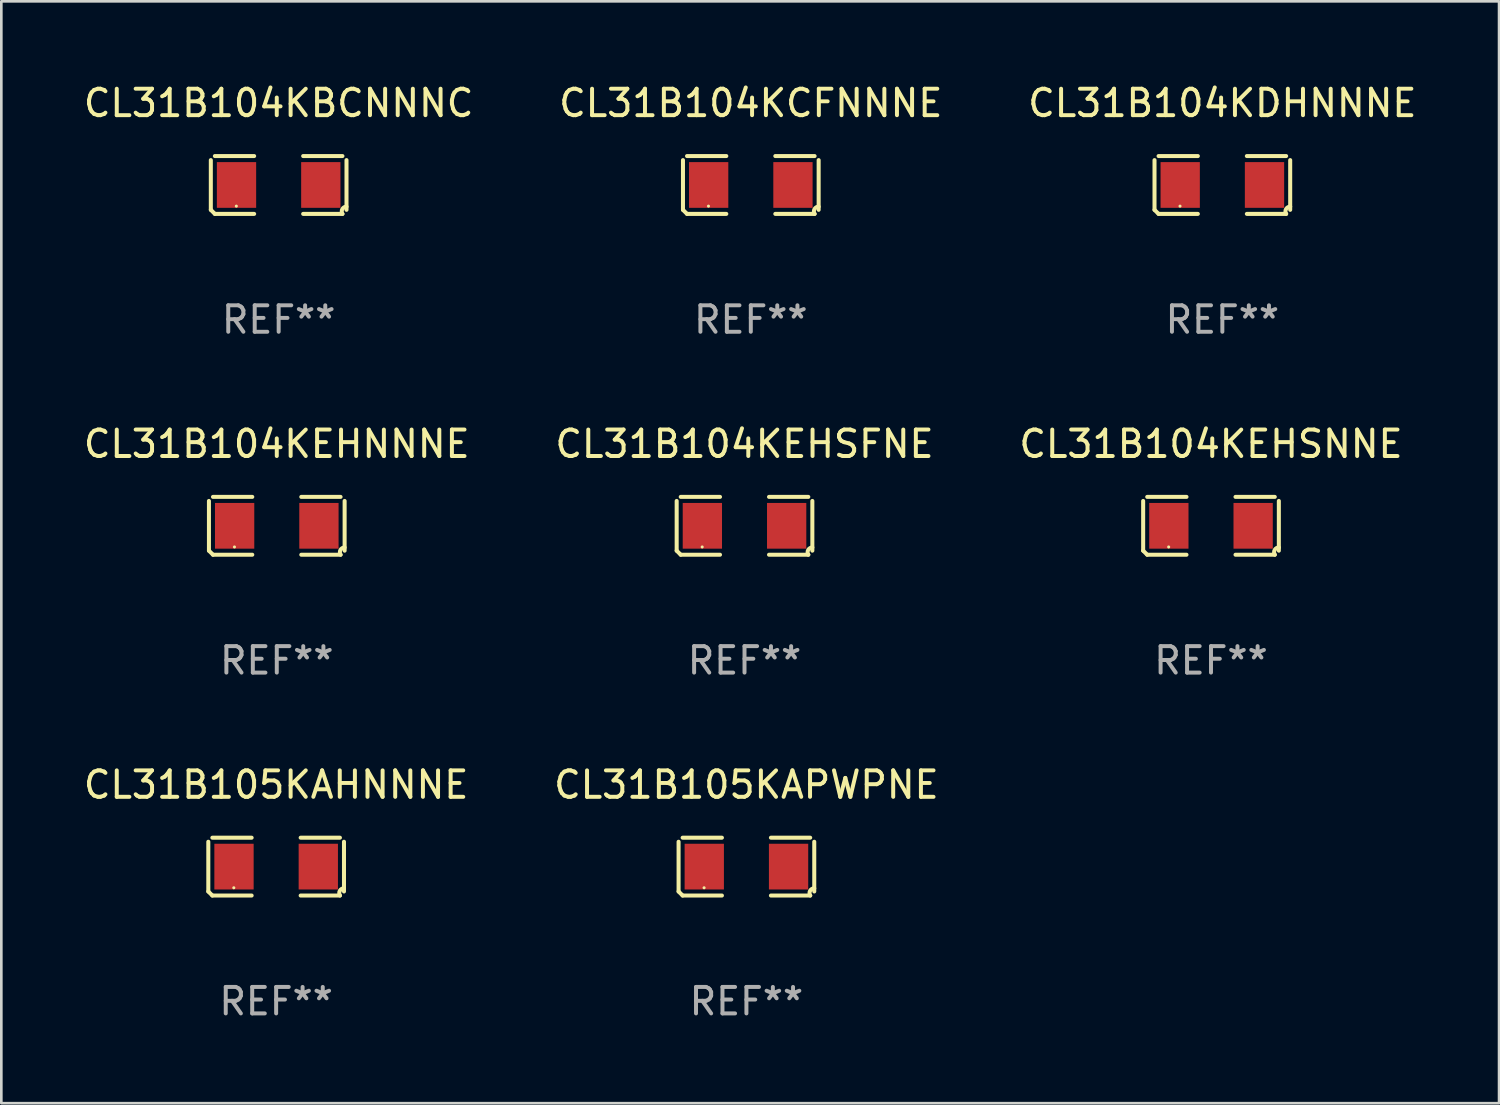
<source format=kicad_pcb>
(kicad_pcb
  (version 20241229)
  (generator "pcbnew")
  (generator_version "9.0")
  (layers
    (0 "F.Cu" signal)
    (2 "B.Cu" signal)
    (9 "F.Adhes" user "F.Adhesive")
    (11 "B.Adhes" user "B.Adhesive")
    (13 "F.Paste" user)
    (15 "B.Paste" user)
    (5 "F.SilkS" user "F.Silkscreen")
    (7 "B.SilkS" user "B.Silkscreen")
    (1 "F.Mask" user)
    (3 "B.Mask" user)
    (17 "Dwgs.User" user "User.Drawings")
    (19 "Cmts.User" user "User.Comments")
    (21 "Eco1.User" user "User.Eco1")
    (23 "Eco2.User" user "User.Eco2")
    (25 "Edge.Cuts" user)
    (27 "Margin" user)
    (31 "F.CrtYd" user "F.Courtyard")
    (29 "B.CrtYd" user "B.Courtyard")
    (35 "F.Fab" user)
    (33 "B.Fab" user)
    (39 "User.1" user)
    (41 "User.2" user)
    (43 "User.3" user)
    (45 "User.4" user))
  (footprint "CL31B104KCFNNNE"
    (layer "F.Cu")
    (at 25.327 3.941)
    (property "Reference" "CL31B104KCFNNNE" (at 0 -3.093 0) (layer "F.SilkS") (effects (font (size 1 1) (thickness 0.15))))
    (attr through_hole)
    (fp_line (start -2.564 0.94) (end -2.564 -0.94) (stroke (width 0.152) (type solid)) (layer "F.SilkS"))
    (fp_line (start -2.411 -1.093) (end -0.926 -1.093) (stroke (width 0.152) (type solid)) (layer "F.SilkS"))
    (fp_line (start -0.926 1.093) (end -2.411 1.093) (stroke (width 0.152) (type solid)) (layer "F.SilkS"))
    (fp_line (start 0.926 1.093) (end 2.411 1.093) (stroke (width 0.152) (type solid)) (layer "F.SilkS"))
    (fp_line (start 2.411 -1.093) (end 0.926 -1.093) (stroke (width 0.152) (type solid)) (layer "F.SilkS"))
    (fp_line (start 2.564 0.94) (end 2.564 -0.94) (stroke (width 0.152) (type solid)) (layer "F.SilkS"))
    (fp_arc (start -2.411201 1.092609) (mid -2.487413 1.01642) (end -2.563602 0.940208) (stroke (width 0.1524) (type solid)) (layer "F.SilkS"))
    (fp_arc (start 2.411201 1.092609) (mid 2.407159 0.911226) (end 2.563602 0.819347) (stroke (width 0.1524) (type solid)) (layer "F.SilkS"))
    (fp_circle (center -1.6 0.8) (end -1.57 0.8) (stroke (width 0.06) (type solid)) (fill no) (layer "F.SilkS"))
    (fp_text user "REF**" (at 0 5.093 0) (layer "F.Fab") (effects (font (size 1 1) (thickness 0.15))))
    (pad "1" smd rect (at -1.593 0) (size 1.485 1.728) (layers "F.Cu" "F.Mask" "F.Paste"))
    (pad "2" smd rect (at 1.593 0) (size 1.485 1.728) (layers "F.Cu" "F.Mask" "F.Paste")))
  (footprint "CL31B104KEHSFNE"
    (layer "F.Cu")
    (at 25.089 16.823)
    (property "Reference" "CL31B104KEHSFNE" (at 0 -3.093 0) (layer "F.SilkS") (effects (font (size 1 1) (thickness 0.15))))
    (attr through_hole)
    (fp_line (start -2.564 0.94) (end -2.564 -0.94) (stroke (width 0.152) (type solid)) (layer "F.SilkS"))
    (fp_line (start -2.411 -1.093) (end -0.926 -1.093) (stroke (width 0.152) (type solid)) (layer "F.SilkS"))
    (fp_line (start -0.926 1.093) (end -2.411 1.093) (stroke (width 0.152) (type solid)) (layer "F.SilkS"))
    (fp_line (start 0.926 1.093) (end 2.411 1.093) (stroke (width 0.152) (type solid)) (layer "F.SilkS"))
    (fp_line (start 2.411 -1.093) (end 0.926 -1.093) (stroke (width 0.152) (type solid)) (layer "F.SilkS"))
    (fp_line (start 2.564 0.94) (end 2.564 -0.94) (stroke (width 0.152) (type solid)) (layer "F.SilkS"))
    (fp_arc (start -2.411201 1.092609) (mid -2.487413 1.01642) (end -2.563602 0.940208) (stroke (width 0.1524) (type solid)) (layer "F.SilkS"))
    (fp_arc (start 2.411201 1.092609) (mid 2.407159 0.911226) (end 2.563602 0.819347) (stroke (width 0.1524) (type solid)) (layer "F.SilkS"))
    (fp_circle (center -1.6 0.8) (end -1.57 0.8) (stroke (width 0.06) (type solid)) (fill no) (layer "F.SilkS"))
    (fp_text user "REF**" (at 0 5.093 0) (layer "F.Fab") (effects (font (size 1 1) (thickness 0.15))))
    (pad "1" smd rect (at -1.593 0) (size 1.485 1.728) (layers "F.Cu" "F.Mask" "F.Paste"))
    (pad "2" smd rect (at 1.593 0) (size 1.485 1.728) (layers "F.Cu" "F.Mask" "F.Paste")))
  (footprint "CL31B104KBCNNNC"
    (layer "F.Cu")
    (at 7.482 3.941)
    (property "Reference" "CL31B104KBCNNNC" (at 0 -3.093 0) (layer "F.SilkS") (effects (font (size 1 1) (thickness 0.15))))
    (attr through_hole)
    (fp_line (start -2.564 0.94) (end -2.564 -0.94) (stroke (width 0.152) (type solid)) (layer "F.SilkS"))
    (fp_line (start -2.411 -1.093) (end -0.926 -1.093) (stroke (width 0.152) (type solid)) (layer "F.SilkS"))
    (fp_line (start -0.926 1.093) (end -2.411 1.093) (stroke (width 0.152) (type solid)) (layer "F.SilkS"))
    (fp_line (start 0.926 1.093) (end 2.411 1.093) (stroke (width 0.152) (type solid)) (layer "F.SilkS"))
    (fp_line (start 2.411 -1.093) (end 0.926 -1.093) (stroke (width 0.152) (type solid)) (layer "F.SilkS"))
    (fp_line (start 2.564 0.94) (end 2.564 -0.94) (stroke (width 0.152) (type solid)) (layer "F.SilkS"))
    (fp_arc (start -2.411201 1.092609) (mid -2.487413 1.01642) (end -2.563602 0.940208) (stroke (width 0.1524) (type solid)) (layer "F.SilkS"))
    (fp_arc (start 2.411201 1.092609) (mid 2.407159 0.911226) (end 2.563602 0.819347) (stroke (width 0.1524) (type solid)) (layer "F.SilkS"))
    (fp_circle (center -1.6 0.8) (end -1.57 0.8) (stroke (width 0.06) (type solid)) (fill no) (layer "F.SilkS"))
    (fp_text user "REF**" (at 0 5.093 0) (layer "F.Fab") (effects (font (size 1 1) (thickness 0.15))))
    (pad "1" smd rect (at -1.593 0) (size 1.485 1.728) (layers "F.Cu" "F.Mask" "F.Paste"))
    (pad "2" smd rect (at 1.593 0) (size 1.485 1.728) (layers "F.Cu" "F.Mask" "F.Paste")))
  (footprint "CL31B104KEHNNNE"
    (layer "F.Cu")
    (at 7.411 16.823)
    (property "Reference" "CL31B104KEHNNNE" (at 0 -3.093 0) (layer "F.SilkS") (effects (font (size 1 1) (thickness 0.15))))
    (attr through_hole)
    (fp_line (start -2.564 0.94) (end -2.564 -0.94) (stroke (width 0.152) (type solid)) (layer "F.SilkS"))
    (fp_line (start -2.411 -1.093) (end -0.926 -1.093) (stroke (width 0.152) (type solid)) (layer "F.SilkS"))
    (fp_line (start -0.926 1.093) (end -2.411 1.093) (stroke (width 0.152) (type solid)) (layer "F.SilkS"))
    (fp_line (start 0.926 1.093) (end 2.411 1.093) (stroke (width 0.152) (type solid)) (layer "F.SilkS"))
    (fp_line (start 2.411 -1.093) (end 0.926 -1.093) (stroke (width 0.152) (type solid)) (layer "F.SilkS"))
    (fp_line (start 2.564 0.94) (end 2.564 -0.94) (stroke (width 0.152) (type solid)) (layer "F.SilkS"))
    (fp_arc (start -2.411201 1.092609) (mid -2.487413 1.01642) (end -2.563602 0.940208) (stroke (width 0.1524) (type solid)) (layer "F.SilkS"))
    (fp_arc (start 2.411201 1.092609) (mid 2.407159 0.911226) (end 2.563602 0.819347) (stroke (width 0.1524) (type solid)) (layer "F.SilkS"))
    (fp_circle (center -1.6 0.8) (end -1.57 0.8) (stroke (width 0.06) (type solid)) (fill no) (layer "F.SilkS"))
    (fp_text user "REF**" (at 0 5.093 0) (layer "F.Fab") (effects (font (size 1 1) (thickness 0.15))))
    (pad "1" smd rect (at -1.593 0) (size 1.485 1.728) (layers "F.Cu" "F.Mask" "F.Paste"))
    (pad "2" smd rect (at 1.593 0) (size 1.485 1.728) (layers "F.Cu" "F.Mask" "F.Paste")))
  (footprint "CL31B105KAHNNNE"
    (layer "F.Cu")
    (at 7.387 29.704)
    (property "Reference" "CL31B105KAHNNNE" (at 0 -3.093 0) (layer "F.SilkS") (effects (font (size 1 1) (thickness 0.15))))
    (attr through_hole)
    (fp_line (start -2.564 0.94) (end -2.564 -0.94) (stroke (width 0.152) (type solid)) (layer "F.SilkS"))
    (fp_line (start -2.411 -1.093) (end -0.926 -1.093) (stroke (width 0.152) (type solid)) (layer "F.SilkS"))
    (fp_line (start -0.926 1.093) (end -2.411 1.093) (stroke (width 0.152) (type solid)) (layer "F.SilkS"))
    (fp_line (start 0.926 1.093) (end 2.411 1.093) (stroke (width 0.152) (type solid)) (layer "F.SilkS"))
    (fp_line (start 2.411 -1.093) (end 0.926 -1.093) (stroke (width 0.152) (type solid)) (layer "F.SilkS"))
    (fp_line (start 2.564 0.94) (end 2.564 -0.94) (stroke (width 0.152) (type solid)) (layer "F.SilkS"))
    (fp_arc (start -2.411201 1.092609) (mid -2.487413 1.01642) (end -2.563602 0.940208) (stroke (width 0.1524) (type solid)) (layer "F.SilkS"))
    (fp_arc (start 2.411201 1.092609) (mid 2.407159 0.911226) (end 2.563602 0.819347) (stroke (width 0.1524) (type solid)) (layer "F.SilkS"))
    (fp_circle (center -1.6 0.8) (end -1.57 0.8) (stroke (width 0.06) (type solid)) (fill no) (layer "F.SilkS"))
    (fp_text user "REF**" (at 0 5.093 0) (layer "F.Fab") (effects (font (size 1 1) (thickness 0.15))))
    (pad "1" smd rect (at -1.593 0) (size 1.485 1.728) (layers "F.Cu" "F.Mask" "F.Paste"))
    (pad "2" smd rect (at 1.593 0) (size 1.485 1.728) (layers "F.Cu" "F.Mask" "F.Paste")))
  (footprint "CL31B104KEHSNNE"
    (layer "F.Cu")
    (at 42.72 16.823)
    (property "Reference" "CL31B104KEHSNNE" (at 0 -3.093 0) (layer "F.SilkS") (effects (font (size 1 1) (thickness 0.15))))
    (attr through_hole)
    (fp_line (start -2.564 0.94) (end -2.564 -0.94) (stroke (width 0.152) (type solid)) (layer "F.SilkS"))
    (fp_line (start -2.411 -1.093) (end -0.926 -1.093) (stroke (width 0.152) (type solid)) (layer "F.SilkS"))
    (fp_line (start -0.926 1.093) (end -2.411 1.093) (stroke (width 0.152) (type solid)) (layer "F.SilkS"))
    (fp_line (start 0.926 1.093) (end 2.411 1.093) (stroke (width 0.152) (type solid)) (layer "F.SilkS"))
    (fp_line (start 2.411 -1.093) (end 0.926 -1.093) (stroke (width 0.152) (type solid)) (layer "F.SilkS"))
    (fp_line (start 2.564 0.94) (end 2.564 -0.94) (stroke (width 0.152) (type solid)) (layer "F.SilkS"))
    (fp_arc (start -2.411201 1.092609) (mid -2.487413 1.01642) (end -2.563602 0.940208) (stroke (width 0.1524) (type solid)) (layer "F.SilkS"))
    (fp_arc (start 2.411201 1.092609) (mid 2.407159 0.911226) (end 2.563602 0.819347) (stroke (width 0.1524) (type solid)) (layer "F.SilkS"))
    (fp_circle (center -1.6 0.8) (end -1.57 0.8) (stroke (width 0.06) (type solid)) (fill no) (layer "F.SilkS"))
    (fp_text user "REF**" (at 0 5.093 0) (layer "F.Fab") (effects (font (size 1 1) (thickness 0.15))))
    (pad "1" smd rect (at -1.593 0) (size 1.485 1.728) (layers "F.Cu" "F.Mask" "F.Paste"))
    (pad "2" smd rect (at 1.593 0) (size 1.485 1.728) (layers "F.Cu" "F.Mask" "F.Paste")))
  (footprint "CL31B104KDHNNNE"
    (layer "F.Cu")
    (at 43.149 3.941)
    (property "Reference" "CL31B104KDHNNNE" (at 0 -3.093 0) (layer "F.SilkS") (effects (font (size 1 1) (thickness 0.15))))
    (attr through_hole)
    (fp_line (start -2.564 0.94) (end -2.564 -0.94) (stroke (width 0.152) (type solid)) (layer "F.SilkS"))
    (fp_line (start -2.411 -1.093) (end -0.926 -1.093) (stroke (width 0.152) (type solid)) (layer "F.SilkS"))
    (fp_line (start -0.926 1.093) (end -2.411 1.093) (stroke (width 0.152) (type solid)) (layer "F.SilkS"))
    (fp_line (start 0.926 1.093) (end 2.411 1.093) (stroke (width 0.152) (type solid)) (layer "F.SilkS"))
    (fp_line (start 2.411 -1.093) (end 0.926 -1.093) (stroke (width 0.152) (type solid)) (layer "F.SilkS"))
    (fp_line (start 2.564 0.94) (end 2.564 -0.94) (stroke (width 0.152) (type solid)) (layer "F.SilkS"))
    (fp_arc (start -2.411201 1.092609) (mid -2.487413 1.01642) (end -2.563602 0.940208) (stroke (width 0.1524) (type solid)) (layer "F.SilkS"))
    (fp_arc (start 2.411201 1.092609) (mid 2.407159 0.911226) (end 2.563602 0.819347) (stroke (width 0.1524) (type solid)) (layer "F.SilkS"))
    (fp_circle (center -1.6 0.8) (end -1.57 0.8) (stroke (width 0.06) (type solid)) (fill no) (layer "F.SilkS"))
    (fp_text user "REF**" (at 0 5.093 0) (layer "F.Fab") (effects (font (size 1 1) (thickness 0.15))))
    (pad "1" smd rect (at -1.593 0) (size 1.485 1.728) (layers "F.Cu" "F.Mask" "F.Paste"))
    (pad "2" smd rect (at 1.593 0) (size 1.485 1.728) (layers "F.Cu" "F.Mask" "F.Paste")))
  (footprint "CL31B105KAPWPNE"
    (layer "F.Cu")
    (at 25.161 29.704)
    (property "Reference" "CL31B105KAPWPNE" (at 0 -3.093 0) (layer "F.SilkS") (effects (font (size 1 1) (thickness 0.15))))
    (attr through_hole)
    (fp_line (start -2.564 0.94) (end -2.564 -0.94) (stroke (width 0.152) (type solid)) (layer "F.SilkS"))
    (fp_line (start -2.411 -1.093) (end -0.926 -1.093) (stroke (width 0.152) (type solid)) (layer "F.SilkS"))
    (fp_line (start -0.926 1.093) (end -2.411 1.093) (stroke (width 0.152) (type solid)) (layer "F.SilkS"))
    (fp_line (start 0.926 1.093) (end 2.411 1.093) (stroke (width 0.152) (type solid)) (layer "F.SilkS"))
    (fp_line (start 2.411 -1.093) (end 0.926 -1.093) (stroke (width 0.152) (type solid)) (layer "F.SilkS"))
    (fp_line (start 2.564 0.94) (end 2.564 -0.94) (stroke (width 0.152) (type solid)) (layer "F.SilkS"))
    (fp_arc (start -2.411201 1.092609) (mid -2.487413 1.01642) (end -2.563602 0.940208) (stroke (width 0.1524) (type solid)) (layer "F.SilkS"))
    (fp_arc (start 2.411201 1.092609) (mid 2.407159 0.911226) (end 2.563602 0.819347) (stroke (width 0.1524) (type solid)) (layer "F.SilkS"))
    (fp_circle (center -1.6 0.8) (end -1.57 0.8) (stroke (width 0.06) (type solid)) (fill no) (layer "F.SilkS"))
    (fp_text user "REF**" (at 0 5.093 0) (layer "F.Fab") (effects (font (size 1 1) (thickness 0.15))))
    (pad "1" smd rect (at -1.593 0) (size 1.485 1.728) (layers "F.Cu" "F.Mask" "F.Paste"))
    (pad "2" smd rect (at 1.593 0) (size 1.485 1.728) (layers "F.Cu" "F.Mask" "F.Paste")))
  (gr_rect
    (start -3 -3)
    (end 53.607 38.645)
    (stroke (width 0.1) (type default))
    (fill no)
    (layer "Edge.Cuts")))
</source>
